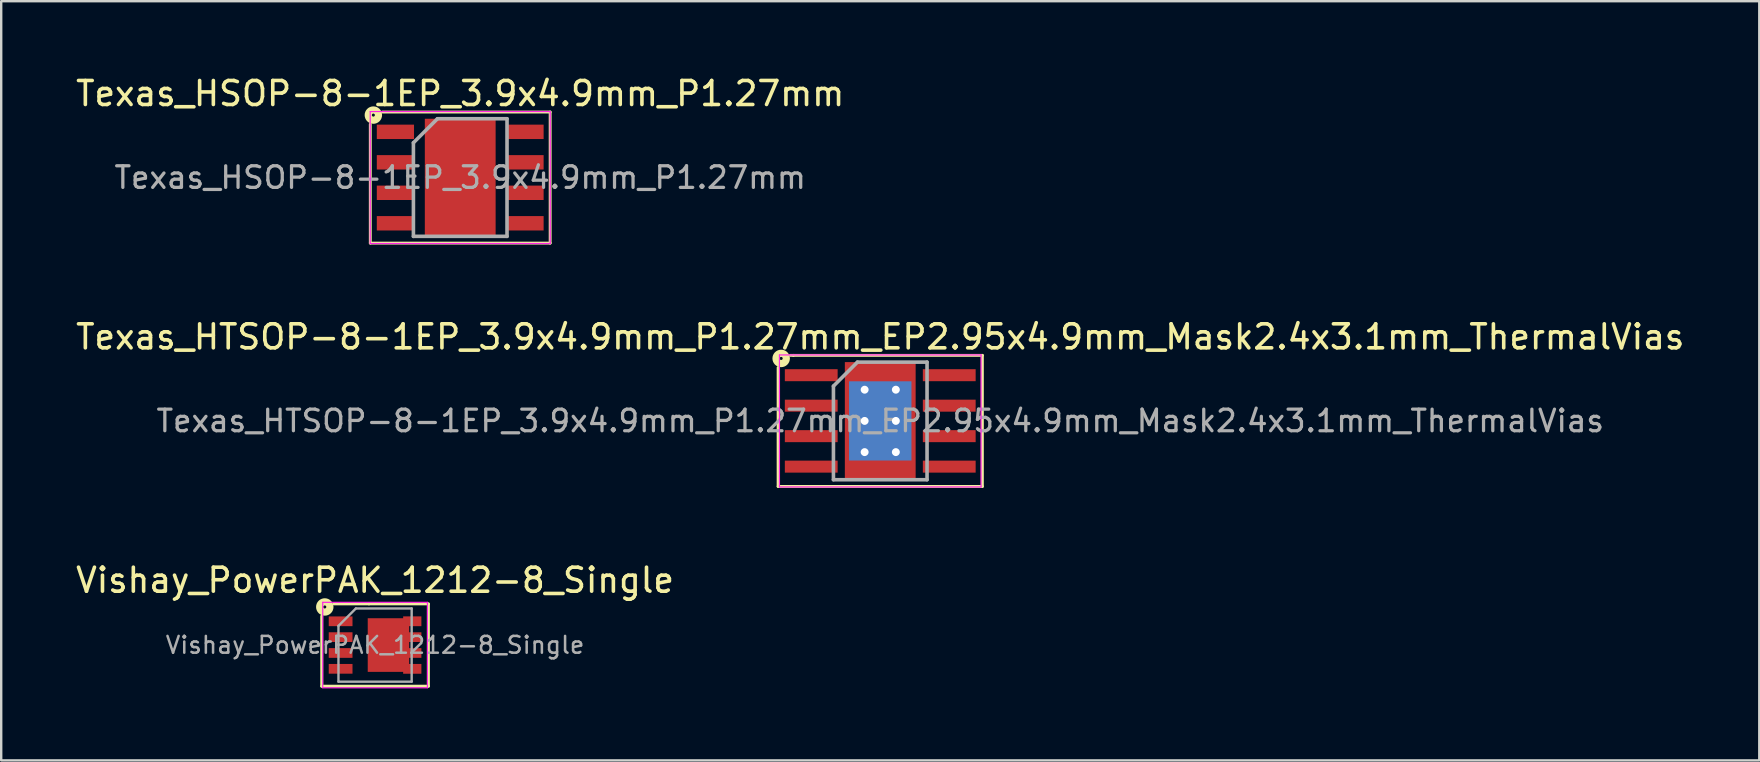
<source format=kicad_pcb>
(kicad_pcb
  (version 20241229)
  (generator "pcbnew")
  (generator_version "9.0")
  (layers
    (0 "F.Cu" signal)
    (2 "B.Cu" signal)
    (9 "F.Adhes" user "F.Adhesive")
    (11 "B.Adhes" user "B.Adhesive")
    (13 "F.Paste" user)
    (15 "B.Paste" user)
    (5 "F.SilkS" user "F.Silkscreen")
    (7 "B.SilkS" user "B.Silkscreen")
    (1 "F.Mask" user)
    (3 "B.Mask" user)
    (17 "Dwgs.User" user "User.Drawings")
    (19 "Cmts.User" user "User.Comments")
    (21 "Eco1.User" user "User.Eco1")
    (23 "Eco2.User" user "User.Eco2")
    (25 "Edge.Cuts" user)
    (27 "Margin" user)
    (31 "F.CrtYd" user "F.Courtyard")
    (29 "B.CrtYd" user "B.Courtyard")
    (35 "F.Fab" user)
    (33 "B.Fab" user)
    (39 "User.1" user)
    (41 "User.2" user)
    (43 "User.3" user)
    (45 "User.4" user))
  (footprint "Texas_HTSOP-8-1EP_3.9x4.9mm_P1.27mm_EP2.95x4.9mm_Mask2.4x3.1mm_ThermalVias"
    (layer "F.Cu")
    (at 33.625 14.487)
    (property "Reference" "Texas_HTSOP-8-1EP_3.9x4.9mm_P1.27mm_EP2.95x4.9mm_Mask2.4x3.1mm_ThermalVias" (at 0 -3.5 0) (layer "F.SilkS") (effects (font (size 1 1) (thickness 0.15))))
    (attr smd)
    (fp_line (start -4.255 -2.223) (end -4.255 2.731) (stroke (width 0.12) (type solid)) (layer "F.SilkS"))
    (fp_line (start -4.255 2.731) (end 4.255 2.731) (stroke (width 0.12) (type solid)) (layer "F.SilkS"))
    (fp_line (start -3.619 -2.731) (end -3.747 -2.731) (stroke (width 0.12) (type solid)) (layer "F.SilkS"))
    (fp_line (start 4.255 -2.731) (end -3.619 -2.731) (stroke (width 0.12) (type solid)) (layer "F.SilkS"))
    (fp_line (start 4.255 2.731) (end 4.255 -2.731) (stroke (width 0.12) (type solid)) (layer "F.SilkS"))
    (fp_circle (center -4.128 -2.603) (end -4.064 -2.603) (stroke (width 0.3) (type solid)) (fill no) (layer "F.SilkS"))
    (fp_line (start -4.2 -2.75) (end -4.2 2.75) (stroke (width 0.05) (type solid)) (layer "F.CrtYd"))
    (fp_line (start -4.2 -2.75) (end 4.2 -2.75) (stroke (width 0.05) (type solid)) (layer "F.CrtYd"))
    (fp_line (start -4.2 2.75) (end 4.2 2.75) (stroke (width 0.05) (type solid)) (layer "F.CrtYd"))
    (fp_line (start 4.2 -2.75) (end 4.2 2.75) (stroke (width 0.05) (type solid)) (layer "F.CrtYd"))
    (fp_line (start -1.95 -1.45) (end -0.95 -2.45) (stroke (width 0.15) (type solid)) (layer "F.Fab"))
    (fp_line (start -1.95 2.45) (end -1.95 -1.45) (stroke (width 0.15) (type solid)) (layer "F.Fab"))
    (fp_line (start -0.95 -2.45) (end 1.95 -2.45) (stroke (width 0.15) (type solid)) (layer "F.Fab"))
    (fp_line (start 1.95 -2.45) (end 1.95 2.45) (stroke (width 0.15) (type solid)) (layer "F.Fab"))
    (fp_line (start 1.95 2.45) (end -1.95 2.45) (stroke (width 0.15) (type solid)) (layer "F.Fab"))
    (fp_text user "${REFERENCE}" (at 0 0 0) (layer "F.Fab") (effects (font (size 0.9 0.9) (thickness 0.135))))
    (pad "" smd rect (at 0 0) (size 2.4 3.1) (layers "F.Mask"))
    (pad "" smd rect (at 0 0) (size 2.4 3.1) (layers "F.Paste"))
    (pad "1" smd rect (at -2.875 -1.905) (size 2.2 0.5) (layers "F.Cu" "F.Mask" "F.Paste"))
    (pad "2" smd rect (at -2.875 -0.635) (size 2.2 0.5) (layers "F.Cu" "F.Mask" "F.Paste"))
    (pad "3" smd rect (at -2.875 0.635) (size 2.2 0.5) (layers "F.Cu" "F.Mask" "F.Paste"))
    (pad "4" smd rect (at -2.875 1.905) (size 2.2 0.5) (layers "F.Cu" "F.Mask" "F.Paste"))
    (pad "5" smd rect (at 2.875 1.905) (size 2.2 0.5) (layers "F.Cu" "F.Mask" "F.Paste"))
    (pad "6" smd rect (at 2.875 0.635) (size 2.2 0.5) (layers "F.Cu" "F.Mask" "F.Paste"))
    (pad "7" smd rect (at 2.875 -0.635) (size 2.2 0.5) (layers "F.Cu" "F.Mask" "F.Paste"))
    (pad "8" smd rect (at 2.875 -1.905) (size 2.2 0.5) (layers "F.Cu" "F.Mask" "F.Paste"))
    (pad "9" thru_hole circle (at -0.65 -1.3) (size 0.63 0.63) (drill 0.33) (layers "*.Cu" "*.Mask"))
    (pad "9" thru_hole circle (at -0.65 0) (size 0.63 0.63) (drill 0.33) (layers "*.Cu" "*.Mask"))
    (pad "9" thru_hole circle (at -0.65 1.3) (size 0.63 0.63) (drill 0.33) (layers "*.Cu" "*.Mask"))
    (pad "9" smd rect (at 0 0) (size 2.6 3.3) (layers "B.Cu" "B.Mask"))
    (pad "9" smd rect (at 0 0) (size 2.95 4.9) (layers "F.Cu"))
    (pad "9" thru_hole circle (at 0.65 -1.3) (size 0.63 0.63) (drill 0.33) (layers "*.Cu" "*.Mask"))
    (pad "9" thru_hole circle (at 0.65 0) (size 0.63 0.63) (drill 0.33) (layers "*.Cu" "*.Mask"))
    (pad "9" thru_hole circle (at 0.65 1.3) (size 0.63 0.63) (drill 0.33) (layers "*.Cu" "*.Mask")))
  (footprint "Vishay_PowerPAK_1212-8_Single"
    (layer "F.Cu")
    (at 12.577 23.826)
    (property "Reference" "Vishay_PowerPAK_1212-8_Single" (at 0 -2.7 0) (layer "F.SilkS") (effects (font (size 1 1) (thickness 0.15))))
    (attr smd)
    (fp_line (start -2.223 1.714) (end -2.223 -1.206) (stroke (width 0.12) (type solid)) (layer "F.SilkS"))
    (fp_line (start -2.223 1.714) (end 2.223 1.714) (stroke (width 0.12) (type solid)) (layer "F.SilkS"))
    (fp_line (start -0.254 -1.714) (end -1.714 -1.714) (stroke (width 0.12) (type solid)) (layer "F.SilkS"))
    (fp_line (start 2.223 -1.714) (end -0.254 -1.714) (stroke (width 0.12) (type solid)) (layer "F.SilkS"))
    (fp_line (start 2.223 1.714) (end 2.223 -1.714) (stroke (width 0.12) (type solid)) (layer "F.SilkS"))
    (fp_circle (center -2.095 -1.587) (end -2.032 -1.587) (stroke (width 0.3) (type solid)) (fill no) (layer "F.SilkS"))
    (fp_line (start -2.18 -1.78) (end -2.18 1.78) (stroke (width 0.05) (type solid)) (layer "F.CrtYd"))
    (fp_line (start -2.18 -1.78) (end 2.18 -1.78) (stroke (width 0.05) (type solid)) (layer "F.CrtYd"))
    (fp_line (start -2.18 1.78) (end 2.18 1.78) (stroke (width 0.05) (type solid)) (layer "F.CrtYd"))
    (fp_line (start 2.18 -1.78) (end 2.18 1.78) (stroke (width 0.05) (type solid)) (layer "F.CrtYd"))
    (fp_line (start -1.525 -0.8) (end -1.525 1.525) (stroke (width 0.1) (type solid)) (layer "F.Fab"))
    (fp_line (start -1.525 -0.8) (end -0.8 -1.525) (stroke (width 0.1) (type solid)) (layer "F.Fab"))
    (fp_line (start -1.525 1.525) (end 1.525 1.525) (stroke (width 0.1) (type solid)) (layer "F.Fab"))
    (fp_line (start -0.8 -1.525) (end 1.525 -1.525) (stroke (width 0.1) (type solid)) (layer "F.Fab"))
    (fp_line (start 1.525 -1.525) (end 1.525 1.525) (stroke (width 0.1) (type solid)) (layer "F.Fab"))
    (fp_text user "${REFERENCE}" (at 0 0 0) (layer "F.Fab") (effects (font (size 0.7 0.7) (thickness 0.105))))
    (pad "1" smd rect (at -1.435 -0.99) (size 0.99 0.405) (layers "F.Cu" "F.Mask" "F.Paste"))
    (pad "2" smd rect (at -1.435 -0.33) (size 0.99 0.405) (layers "F.Cu" "F.Mask" "F.Paste"))
    (pad "3" smd rect (at -1.435 0.33) (size 0.99 0.405) (layers "F.Cu" "F.Mask" "F.Paste"))
    (pad "4" smd rect (at -1.435 0.99) (size 0.99 0.405) (layers "F.Cu" "F.Mask" "F.Paste"))
    (pad "5" smd custom (at 0.557 0) (size 1.725 2.235) (layers "F.Cu" "F.Mask" "F.Paste") (options (anchor rect)) (primitives (gr_poly (pts (xy 1.373 -0.787) (xy 0.863 -0.787) (xy 0.863 -0.532) (xy 1.373 -0.532) (xy 1.373 -0.128) (xy 0.863 -0.128) (xy 0.863 0.128) (xy 1.373 0.128) (xy 1.373 0.532) (xy 0.863 0.532) (xy 0.863 0.787) (xy 1.373 0.787) (xy 1.373 1.195) (xy 0.613 1.195) (xy 0.613 -1.195) (xy 1.373 -1.195)) (width 0) (fill yes)))))
  (footprint "Texas_HSOP-8-1EP_3.9x4.9mm_P1.27mm"
    (layer "F.Cu")
    (at 16.125 4.348)
    (property "Reference" "Texas_HSOP-8-1EP_3.9x4.9mm_P1.27mm" (at 0 -3.5 0) (layer "F.SilkS") (effects (font (size 1 1) (thickness 0.15))))
    (attr smd)
    (fp_line (start -3.747 -2.223) (end -3.747 2.731) (stroke (width 0.12) (type solid)) (layer "F.SilkS"))
    (fp_line (start -3.747 2.731) (end 3.747 2.731) (stroke (width 0.12) (type solid)) (layer "F.SilkS"))
    (fp_line (start 3.747 -2.731) (end -3.239 -2.731) (stroke (width 0.12) (type solid)) (layer "F.SilkS"))
    (fp_line (start 3.747 2.731) (end 3.747 -2.731) (stroke (width 0.12) (type solid)) (layer "F.SilkS"))
    (fp_circle (center -3.619 -2.603) (end -3.556 -2.603) (stroke (width 0.3) (type solid)) (fill no) (layer "F.SilkS"))
    (fp_line (start -3.75 -2.75) (end -3.75 2.75) (stroke (width 0.05) (type solid)) (layer "F.CrtYd"))
    (fp_line (start -3.75 -2.75) (end 3.75 -2.75) (stroke (width 0.05) (type solid)) (layer "F.CrtYd"))
    (fp_line (start -3.75 2.75) (end 3.75 2.75) (stroke (width 0.05) (type solid)) (layer "F.CrtYd"))
    (fp_line (start 3.75 -2.75) (end 3.75 2.75) (stroke (width 0.05) (type solid)) (layer "F.CrtYd"))
    (fp_line (start -1.95 -1.45) (end -0.95 -2.45) (stroke (width 0.15) (type solid)) (layer "F.Fab"))
    (fp_line (start -1.95 2.45) (end -1.95 -1.45) (stroke (width 0.15) (type solid)) (layer "F.Fab"))
    (fp_line (start -0.95 -2.45) (end 1.95 -2.45) (stroke (width 0.15) (type solid)) (layer "F.Fab"))
    (fp_line (start 1.95 -2.45) (end 1.95 2.45) (stroke (width 0.15) (type solid)) (layer "F.Fab"))
    (fp_line (start 1.95 2.45) (end -1.95 2.45) (stroke (width 0.15) (type solid)) (layer "F.Fab"))
    (fp_text user "${REFERENCE}" (at 0 0 0) (layer "F.Fab") (effects (font (size 0.9 0.9) (thickness 0.135))))
    (pad "" smd rect (at 0 0) (size 2.6 3.1) (layers "F.Mask"))
    (pad "" smd rect (at 0 0) (size 2.6 3.1) (layers "F.Paste"))
    (pad "1" smd rect (at -2.7 -1.905) (size 1.55 0.6) (layers "F.Cu" "F.Mask" "F.Paste"))
    (pad "2" smd rect (at -2.7 -0.635) (size 1.55 0.6) (layers "F.Cu" "F.Mask" "F.Paste"))
    (pad "3" smd rect (at -2.7 0.635) (size 1.55 0.6) (layers "F.Cu" "F.Mask" "F.Paste"))
    (pad "4" smd rect (at -2.7 1.905) (size 1.55 0.6) (layers "F.Cu" "F.Mask" "F.Paste"))
    (pad "5" smd rect (at 2.7 1.905) (size 1.55 0.6) (layers "F.Cu" "F.Mask" "F.Paste"))
    (pad "6" smd rect (at 2.7 0.635) (size 1.55 0.6) (layers "F.Cu" "F.Mask" "F.Paste"))
    (pad "7" smd rect (at 2.7 -0.635) (size 1.55 0.6) (layers "F.Cu" "F.Mask" "F.Paste"))
    (pad "8" smd rect (at 2.7 -1.905) (size 1.55 0.6) (layers "F.Cu" "F.Mask" "F.Paste"))
    (pad "9" smd rect (at 0 0) (size 2.95 4.9) (layers "F.Cu")))
  (gr_rect
    (start -3 -3)
    (end 70.25 28.631)
    (stroke (width 0.1) (type default))
    (fill no)
    (layer "Edge.Cuts")))
</source>
